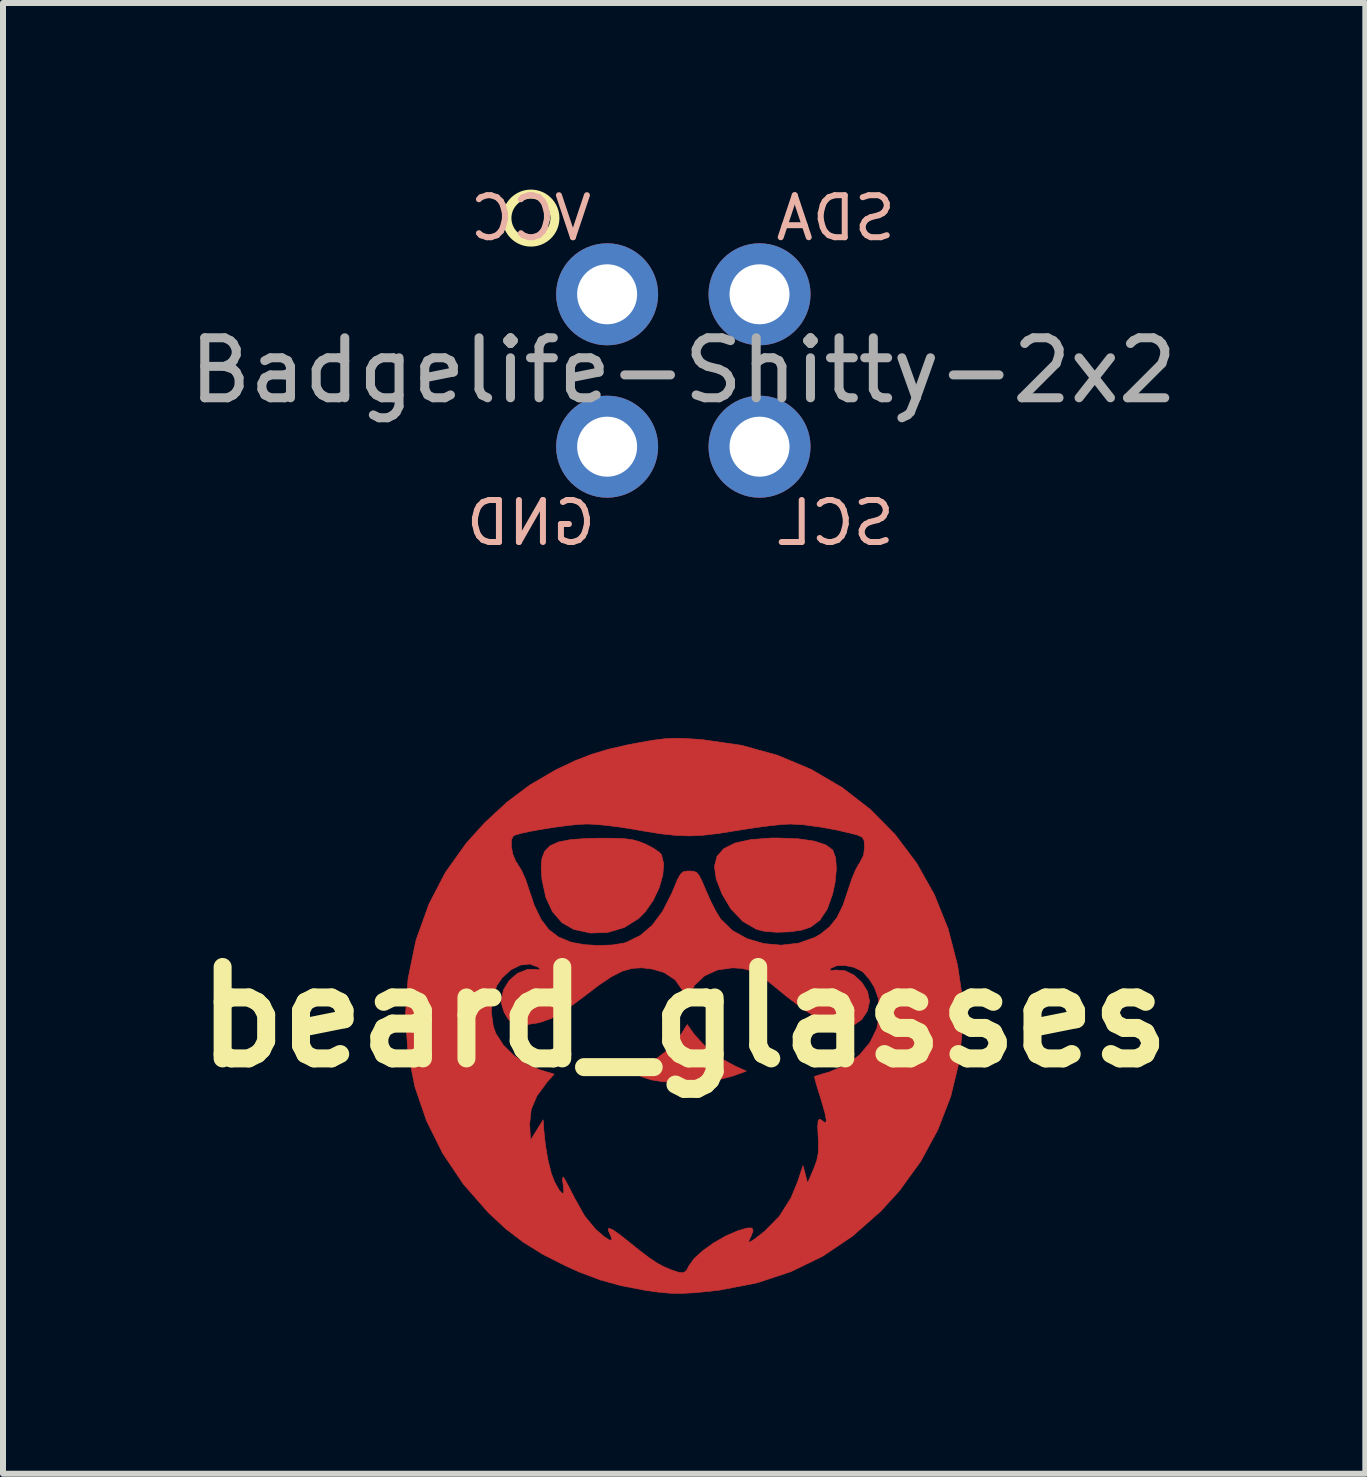
<source format=kicad_pcb>
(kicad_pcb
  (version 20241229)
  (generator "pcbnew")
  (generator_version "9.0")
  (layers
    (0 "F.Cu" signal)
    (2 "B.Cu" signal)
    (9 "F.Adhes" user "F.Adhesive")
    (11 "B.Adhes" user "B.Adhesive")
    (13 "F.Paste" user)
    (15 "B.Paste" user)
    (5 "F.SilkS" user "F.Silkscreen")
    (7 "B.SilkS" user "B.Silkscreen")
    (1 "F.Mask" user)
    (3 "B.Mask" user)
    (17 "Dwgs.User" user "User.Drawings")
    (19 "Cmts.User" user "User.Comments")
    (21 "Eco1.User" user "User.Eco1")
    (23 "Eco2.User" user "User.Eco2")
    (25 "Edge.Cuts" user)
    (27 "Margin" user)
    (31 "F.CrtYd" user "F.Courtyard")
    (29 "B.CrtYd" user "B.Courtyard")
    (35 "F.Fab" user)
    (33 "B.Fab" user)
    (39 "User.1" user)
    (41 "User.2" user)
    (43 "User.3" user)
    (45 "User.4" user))
  (footprint "beard_glasses"
    (layer "F.Cu")
    (at 8.353 13.901)
    (property "Reference" "beard_glasses" (at 0 0 0) (layer "F.SilkS") (effects (font (size 1.524 1.524) (thickness 0.3))))
    (attr through_hole)
    (fp_poly (pts (xy 0.173 0.295) (xy 0.361 0.5) (xy 0.606 0.685) (xy 0.847 0.816) (xy 1.037 0.902) (xy 0.804 0.985) (xy 0.622 1.032) (xy 0.386 1.065) (xy 0.125 1.085) (xy -0.136 1.089) (xy -0.368 1.077) (xy -0.546 1.047) (xy -0.55 1.046) (xy -0.683 1.003) (xy -0.792 0.96) (xy -0.818 0.947) (xy -0.854 0.918) (xy -0.836 0.888) (xy -0.753 0.849) (xy -0.694 0.826) (xy -0.494 0.719) (xy -0.291 0.561) (xy -0.115 0.376) (xy -0.039 0.269) (xy 0.05 0.125) (xy 0.173 0.295)) (stroke (width 0.01) (type solid)) (fill yes) (layer "F.Cu"))
    (fp_poly (pts (xy 1.899 -2.971) (xy 2.164 -2.933) (xy 2.356 -2.871) (xy 2.472 -2.787) (xy 2.478 -2.779) (xy 2.525 -2.652) (xy 2.537 -2.467) (xy 2.515 -2.243) (xy 2.476 -2.057) (xy 2.385 -1.8) (xy 2.262 -1.615) (xy 2.108 -1.499) (xy 1.958 -1.449) (xy 1.757 -1.42) (xy 1.54 -1.413) (xy 1.339 -1.429) (xy 1.207 -1.462) (xy 0.978 -1.594) (xy 0.779 -1.802) (xy 0.63 -2.053) (xy 0.534 -2.302) (xy 0.505 -2.51) (xy 0.547 -2.677) (xy 0.66 -2.806) (xy 0.845 -2.899) (xy 1.106 -2.957) (xy 1.444 -2.983) (xy 1.566 -2.984) (xy 1.899 -2.971)) (stroke (width 0.01) (type solid)) (fill yes) (layer "F.Cu"))
    (fp_poly (pts (xy -1.148 -2.979) (xy -0.982 -2.971) (xy -0.857 -2.954) (xy -0.751 -2.925) (xy -0.644 -2.882) (xy -0.514 -2.814) (xy -0.415 -2.746) (xy -0.379 -2.706) (xy -0.341 -2.555) (xy -0.356 -2.364) (xy -0.417 -2.154) (xy -0.516 -1.944) (xy -0.647 -1.756) (xy -0.756 -1.645) (xy -0.995 -1.494) (xy -1.269 -1.411) (xy -1.56 -1.4) (xy -1.841 -1.461) (xy -2.038 -1.574) (xy -2.195 -1.756) (xy -2.307 -1.999) (xy -2.37 -2.294) (xy -2.383 -2.475) (xy -2.372 -2.637) (xy -2.325 -2.762) (xy -2.235 -2.855) (xy -2.092 -2.918) (xy -1.888 -2.958) (xy -1.614 -2.977) (xy -1.376 -2.981) (xy -1.148 -2.979)) (stroke (width 0.01) (type solid)) (fill yes) (layer "F.Cu"))
    (fp_poly (pts (xy 0.003 -4.643) (xy 0.222 -4.629) (xy 0.318 -4.621) (xy 0.956 -4.529) (xy 1.558 -4.362) (xy 2.119 -4.126) (xy 2.636 -3.823) (xy 3.103 -3.46) (xy 3.518 -3.039) (xy 3.875 -2.565) (xy 4.169 -2.042) (xy 4.398 -1.474) (xy 4.556 -0.866) (xy 4.621 -0.43) (xy 4.642 0.16) (xy 4.582 0.748) (xy 4.443 1.323) (xy 4.228 1.879) (xy 3.941 2.408) (xy 3.584 2.9) (xy 3.274 3.239) (xy 2.808 3.65) (xy 2.313 3.984) (xy 1.782 4.243) (xy 1.21 4.432) (xy 0.592 4.551) (xy 0.423 4.571) (xy 0.16 4.596) (xy -0.051 4.606) (xy -0.238 4.603) (xy -0.433 4.585) (xy -0.656 4.553) (xy -1.049 4.478) (xy -1.399 4.381) (xy -1.748 4.25) (xy -1.974 4.148) (xy -2.357 3.954) (xy -2.682 3.752) (xy -2.976 3.527) (xy -3.261 3.262) (xy -3.678 2.787) (xy -4.023 2.274) (xy -4.294 1.729) (xy -4.489 1.159) (xy -4.606 0.57) (xy -4.645 -0.032) (xy -4.641 -0.083) (xy -3.215 -0.083) (xy -3.181 0.156) (xy -3.138 0.277) (xy -3.013 0.469) (xy -2.829 0.649) (xy -2.61 0.795) (xy -2.409 0.879) (xy -2.167 0.951) (xy -2.29 1.09) (xy -2.456 1.317) (xy -2.549 1.538) (xy -2.575 1.775) (xy -2.574 1.812) (xy -2.561 2.053) (xy -2.456 1.884) (xy -2.35 1.714) (xy -2.339 1.884) (xy -2.312 2.141) (xy -2.269 2.39) (xy -2.215 2.605) (xy -2.157 2.755) (xy -2.083 2.884) (xy -2.031 2.942) (xy -2.005 2.927) (xy -2.01 2.837) (xy -2.013 2.819) (xy -2.026 2.721) (xy -2.022 2.669) (xy -2.019 2.667) (xy -1.992 2.702) (xy -1.939 2.798) (xy -1.868 2.936) (xy -1.826 3.019) (xy -1.659 3.315) (xy -1.482 3.531) (xy -1.464 3.548) (xy -1.335 3.659) (xy -1.247 3.716) (xy -1.205 3.719) (xy -1.216 3.664) (xy -1.226 3.643) (xy -1.266 3.553) (xy -1.256 3.52) (xy -1.194 3.543) (xy -1.077 3.625) (xy -0.963 3.715) (xy -0.749 3.887) (xy -0.584 4.012) (xy -0.451 4.101) (xy -0.337 4.163) (xy -0.225 4.21) (xy -0.224 4.211) (xy -0.092 4.255) (xy -0.013 4.263) (xy 0.037 4.226) (xy 0.083 4.141) (xy 0.085 4.138) (xy 0.169 4.022) (xy 0.313 3.893) (xy 0.495 3.763) (xy 0.696 3.648) (xy 0.894 3.562) (xy 0.9 3.561) (xy 1.049 3.517) (xy 1.13 3.516) (xy 1.149 3.563) (xy 1.112 3.661) (xy 1.096 3.691) (xy 1.075 3.743) (xy 1.092 3.752) (xy 1.155 3.714) (xy 1.272 3.625) (xy 1.344 3.568) (xy 1.587 3.321) (xy 1.781 3.013) (xy 1.889 2.752) (xy 1.98 2.477) (xy 2.019 2.622) (xy 2.057 2.767) (xy 2.155 2.539) (xy 2.21 2.394) (xy 2.236 2.26) (xy 2.239 2.101) (xy 2.234 2.002) (xy 2.226 1.83) (xy 2.232 1.733) (xy 2.254 1.7) (xy 2.296 1.722) (xy 2.32 1.744) (xy 2.36 1.766) (xy 2.369 1.718) (xy 2.346 1.597) (xy 2.29 1.402) (xy 2.267 1.326) (xy 2.219 1.174) (xy 2.186 1.058) (xy 2.171 0.996) (xy 2.171 0.991) (xy 2.213 0.977) (xy 2.313 0.946) (xy 2.421 0.915) (xy 2.695 0.8) (xy 2.922 0.633) (xy 3.096 0.426) (xy 3.211 0.19) (xy 3.259 -0.061) (xy 3.235 -0.318) (xy 3.171 -0.494) (xy 3.089 -0.627) (xy 2.989 -0.741) (xy 2.956 -0.767) (xy 2.829 -0.829) (xy 2.681 -0.859) (xy 2.544 -0.855) (xy 2.449 -0.815) (xy 2.447 -0.813) (xy 2.426 -0.779) (xy 2.469 -0.776) (xy 2.52 -0.784) (xy 2.676 -0.774) (xy 2.83 -0.699) (xy 2.963 -0.576) (xy 3.057 -0.424) (xy 3.09 -0.263) (xy 3.054 -0.101) (xy 2.96 0.041) (xy 2.84 0.126) (xy 2.673 0.159) (xy 2.479 0.129) (xy 2.253 0.034) (xy 1.991 -0.127) (xy 1.689 -0.358) (xy 1.599 -0.433) (xy 1.399 -0.596) (xy 1.238 -0.708) (xy 1.1 -0.776) (xy 0.965 -0.81) (xy 0.814 -0.82) (xy 0.804 -0.82) (xy 0.552 -0.784) (xy 0.339 -0.686) (xy 0.176 -0.534) (xy 0.094 -0.382) (xy 0.067 -0.32) (xy 0.044 -0.316) (xy 0.008 -0.378) (xy -0.02 -0.436) (xy -0.149 -0.62) (xy -0.336 -0.743) (xy -0.526 -0.799) (xy -0.704 -0.821) (xy -0.869 -0.811) (xy -1.033 -0.764) (xy -1.213 -0.672) (xy -1.423 -0.531) (xy -1.651 -0.357) (xy -1.825 -0.226) (xy -2 -0.105) (xy -2.152 -0.01) (xy -2.223 0.027) (xy -2.415 0.094) (xy -2.616 0.125) (xy -2.793 0.118) (xy -2.856 0.101) (xy -2.934 0.034) (xy -3.002 -0.083) (xy -3.043 -0.218) (xy -3.048 -0.275) (xy -3.012 -0.452) (xy -2.916 -0.609) (xy -2.778 -0.728) (xy -2.617 -0.792) (xy -2.512 -0.796) (xy -2.419 -0.788) (xy -2.398 -0.799) (xy -2.438 -0.833) (xy -2.573 -0.884) (xy -2.729 -0.866) (xy -2.888 -0.787) (xy -3.033 -0.654) (xy -3.121 -0.528) (xy -3.195 -0.322) (xy -3.215 -0.083) (xy -4.641 -0.083) (xy -4.602 -0.639) (xy -4.477 -1.247) (xy -4.46 -1.308) (xy -4.253 -1.883) (xy -3.979 -2.41) (xy -3.67 -2.844) (xy -2.881 -2.844) (xy -2.856 -2.715) (xy -2.808 -2.597) (xy -2.779 -2.554) (xy -2.712 -2.447) (xy -2.644 -2.295) (xy -2.605 -2.18) (xy -2.502 -1.87) (xy -2.389 -1.633) (xy -2.257 -1.458) (xy -2.098 -1.336) (xy -1.903 -1.254) (xy -1.865 -1.243) (xy -1.661 -1.206) (xy -1.427 -1.192) (xy -1.198 -1.201) (xy -1.007 -1.232) (xy -0.963 -1.246) (xy -0.732 -1.359) (xy -0.534 -1.527) (xy -0.362 -1.758) (xy -0.207 -2.062) (xy -0.172 -2.145) (xy -0.11 -2.294) (xy -0.062 -2.38) (xy -0.015 -2.421) (xy 0.048 -2.433) (xy 0.087 -2.434) (xy 0.158 -2.43) (xy 0.209 -2.408) (xy 0.254 -2.352) (xy 0.306 -2.246) (xy 0.366 -2.103) (xy 0.444 -1.928) (xy 0.528 -1.764) (xy 0.601 -1.644) (xy 0.612 -1.628) (xy 0.805 -1.441) (xy 1.049 -1.306) (xy 1.327 -1.224) (xy 1.619 -1.198) (xy 1.909 -1.232) (xy 2.177 -1.327) (xy 2.271 -1.381) (xy 2.425 -1.504) (xy 2.547 -1.658) (xy 2.647 -1.863) (xy 2.735 -2.123) (xy 2.792 -2.295) (xy 2.853 -2.444) (xy 2.908 -2.545) (xy 2.921 -2.561) (xy 2.991 -2.697) (xy 3.006 -2.827) (xy 3 -2.939) (xy 2.969 -2.997) (xy 2.889 -3.033) (xy 2.831 -3.049) (xy 2.55 -3.116) (xy 2.258 -3.169) (xy 1.987 -3.205) (xy 1.769 -3.217) (xy 1.635 -3.21) (xy 1.44 -3.19) (xy 1.208 -3.16) (xy 0.96 -3.122) (xy 0.874 -3.108) (xy 0.569 -3.059) (xy 0.314 -3.03) (xy 0.083 -3.019) (xy -0.147 -3.028) (xy -0.401 -3.056) (xy -0.704 -3.105) (xy -0.841 -3.13) (xy -1.072 -3.166) (xy -1.31 -3.196) (xy -1.521 -3.214) (xy -1.63 -3.217) (xy -1.769 -3.21) (xy -1.952 -3.191) (xy -2.16 -3.163) (xy -2.371 -3.13) (xy -2.566 -3.095) (xy -2.725 -3.06) (xy -2.827 -3.03) (xy -2.845 -3.021) (xy -2.879 -2.957) (xy -2.881 -2.844) (xy -3.67 -2.844) (xy -3.632 -2.897) (xy -3.323 -3.239) (xy -2.951 -3.583) (xy -2.573 -3.866) (xy -2.16 -4.108) (xy -2.095 -4.141) (xy -1.811 -4.275) (xy -1.541 -4.379) (xy -1.259 -4.464) (xy -0.935 -4.538) (xy -0.735 -4.576) (xy -0.513 -4.614) (xy -0.335 -4.637) (xy -0.173 -4.646) (xy 0.003 -4.643)) (stroke (width 0.01) (type solid)) (fill yes) (layer "F.Cu"))
    (fp_poly (pts (xy 0.003 -4.643) (xy 0.222 -4.629) (xy 0.318 -4.621) (xy 0.956 -4.529) (xy 1.558 -4.362) (xy 2.119 -4.126) (xy 2.636 -3.823) (xy 3.103 -3.46) (xy 3.518 -3.039) (xy 3.875 -2.565) (xy 4.169 -2.042) (xy 4.398 -1.474) (xy 4.556 -0.866) (xy 4.621 -0.43) (xy 4.642 0.16) (xy 4.582 0.748) (xy 4.443 1.323) (xy 4.228 1.879) (xy 3.941 2.408) (xy 3.584 2.9) (xy 3.274 3.239) (xy 2.808 3.65) (xy 2.313 3.984) (xy 1.782 4.243) (xy 1.21 4.432) (xy 0.592 4.551) (xy 0.423 4.571) (xy 0.16 4.596) (xy -0.051 4.606) (xy -0.238 4.603) (xy -0.433 4.585) (xy -0.656 4.553) (xy -1.049 4.478) (xy -1.399 4.381) (xy -1.748 4.25) (xy -1.974 4.148) (xy -2.357 3.954) (xy -2.682 3.752) (xy -2.976 3.527) (xy -3.261 3.262) (xy -3.678 2.787) (xy -4.023 2.274) (xy -4.294 1.729) (xy -4.489 1.159) (xy -4.606 0.57) (xy -4.645 -0.032) (xy -4.602 -0.639) (xy -4.477 -1.247) (xy -4.46 -1.308) (xy -4.253 -1.883) (xy -3.979 -2.41) (xy -3.632 -2.897) (xy -3.323 -3.239) (xy -2.951 -3.583) (xy -2.573 -3.866) (xy -2.16 -4.108) (xy -2.095 -4.141) (xy -1.811 -4.275) (xy -1.541 -4.379) (xy -1.259 -4.464) (xy -0.935 -4.538) (xy -0.735 -4.576) (xy -0.513 -4.614) (xy -0.335 -4.637) (xy -0.173 -4.646) (xy 0.003 -4.643)) (stroke (width 0.01) (type solid)) (fill yes) (layer "F.Mask")))
  (footprint "Badgelife-Shitty-2x2"
    (layer "F.Cu")
    (at 8.339 3.125)
    (property "Reference" "Badgelife-Shitty-2x2" (at 0 0 0) (layer "F.Fab") (effects (font (size 1 1) (thickness 0.15))))
    (attr through_hole)
    (fp_circle (center -2.54 -2.54) (end -2.14 -2.54) (stroke (width 0.15) (type solid)) (fill no) (layer "F.SilkS"))
    (fp_text user "VCC" (at -2.54 -2.54 0) (layer "B.SilkS") (effects (font (size 0.7 0.7) (thickness 0.1)) (justify mirror)))
    (fp_text user "SDA" (at 2.54 -2.54 0) (layer "B.SilkS") (effects (font (size 0.7 0.7) (thickness 0.1)) (justify mirror)))
    (fp_text user "GND" (at -2.54 2.54 0) (layer "B.SilkS") (effects (font (size 0.7 0.7) (thickness 0.1)) (justify mirror)))
    (fp_text user "SCL" (at 2.54 2.54 0) (layer "B.SilkS") (effects (font (size 0.7 0.7) (thickness 0.1)) (justify mirror)))
    (pad "1" thru_hole oval (at -1.27 -1.27) (size 1.7 1.7) (drill 1) (layers "*.Cu" "*.Mask"))
    (pad "2" thru_hole oval (at -1.27 1.27) (size 1.7 1.7) (drill 1) (layers "*.Cu" "*.Mask"))
    (pad "3" thru_hole oval (at 1.27 1.27) (size 1.7 1.7) (drill 1) (layers "*.Cu" "*.Mask"))
    (pad "4" thru_hole circle (at 1.27 -1.27) (size 1.7 1.7) (drill 1) (layers "*.Cu" "*.Mask")))
  (gr_rect
    (start -3 -3)
    (end 19.706 21.513)
    (stroke (width 0.1) (type default))
    (fill no)
    (layer "Edge.Cuts")))
</source>
